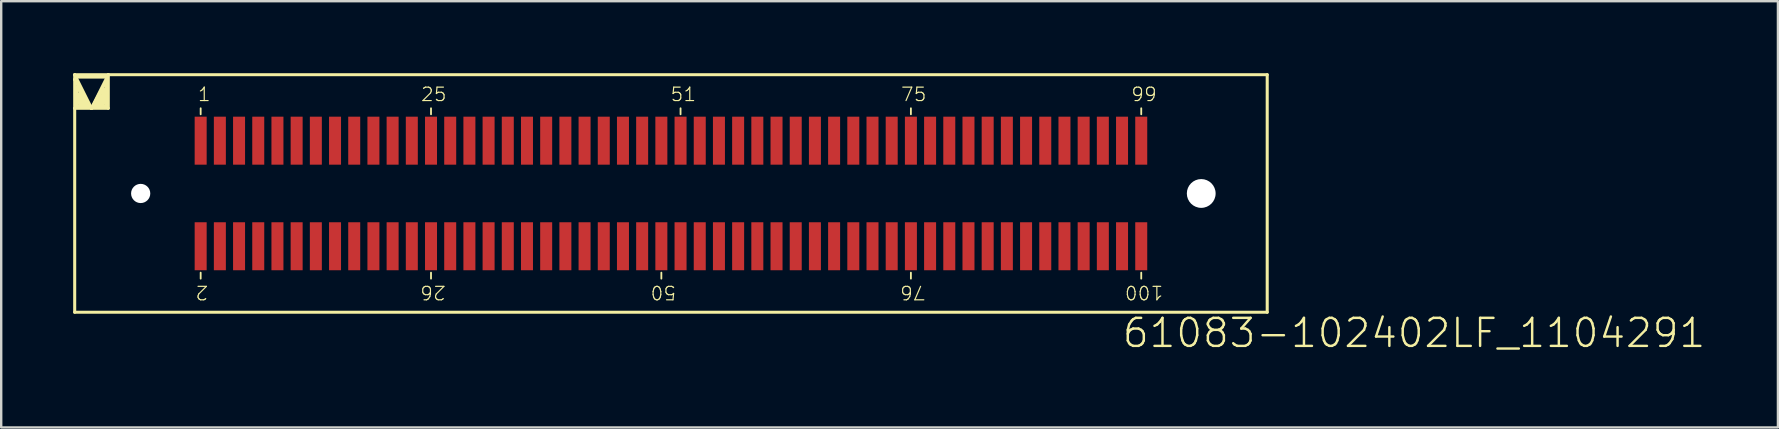
<source format=kicad_pcb>
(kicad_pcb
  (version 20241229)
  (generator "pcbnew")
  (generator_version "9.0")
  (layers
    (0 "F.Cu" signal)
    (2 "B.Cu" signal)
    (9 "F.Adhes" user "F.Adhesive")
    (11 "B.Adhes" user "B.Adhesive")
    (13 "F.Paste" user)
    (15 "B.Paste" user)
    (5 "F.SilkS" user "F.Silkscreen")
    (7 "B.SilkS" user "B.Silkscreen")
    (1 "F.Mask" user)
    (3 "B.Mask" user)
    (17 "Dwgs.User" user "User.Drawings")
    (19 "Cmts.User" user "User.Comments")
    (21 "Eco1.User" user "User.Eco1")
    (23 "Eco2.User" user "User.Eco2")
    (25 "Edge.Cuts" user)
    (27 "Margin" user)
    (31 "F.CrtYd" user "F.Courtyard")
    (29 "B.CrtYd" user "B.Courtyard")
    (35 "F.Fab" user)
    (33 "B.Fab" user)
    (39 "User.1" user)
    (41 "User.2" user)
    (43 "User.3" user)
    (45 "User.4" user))
  (footprint "61083-102402LF_1104291"
    (layer "F.Cu")
    (at 2.813 5.013)
    (property "Reference" "61083-102402LF_1104291" (at 40.85 6.5 0) (unlocked yes) (layer "F.SilkS") (effects (font (size 1.168 1.168) (thickness 0.102)) (justify left bottom)))
    (fp_line (start -2.75 -4.95) (end -2.75 -4.75) (stroke (width 0.127) (type solid)) (layer "F.SilkS"))
    (fp_line (start -2.75 -4.95) (end -1.35 -4.95) (stroke (width 0.127) (type solid)) (layer "F.SilkS"))
    (fp_line (start -2.75 -4.75) (end -2.75 -3.55) (stroke (width 0.127) (type solid)) (layer "F.SilkS"))
    (fp_line (start -2.75 -4.75) (end -2.15 -3.65) (stroke (width 0.127) (type solid)) (layer "F.SilkS"))
    (fp_line (start -2.75 -3.55) (end -2.75 4.95) (stroke (width 0.127) (type solid)) (layer "F.SilkS"))
    (fp_line (start -2.75 -3.55) (end -2.05 -3.55) (stroke (width 0.127) (type solid)) (layer "F.SilkS"))
    (fp_line (start -2.75 4.95) (end 46.95 4.95) (stroke (width 0.127) (type solid)) (layer "F.SilkS"))
    (fp_line (start -2.65 -4.85) (end -1.45 -4.85) (stroke (width 0.127) (type solid)) (layer "F.SilkS"))
    (fp_line (start -2.65 -4.45) (end -2.25 -3.75) (stroke (width 0.127) (type solid)) (layer "F.SilkS"))
    (fp_line (start -2.65 -3.65) (end -2.65 -4.45) (stroke (width 0.127) (type solid)) (layer "F.SilkS"))
    (fp_line (start -2.55 -4.15) (end -2.35 -3.85) (stroke (width 0.127) (type solid)) (layer "F.SilkS"))
    (fp_line (start -2.55 -3.75) (end -2.55 -4.15) (stroke (width 0.127) (type solid)) (layer "F.SilkS"))
    (fp_line (start -2.45 -3.95) (end -2.05 -3.55) (stroke (width 0.127) (type solid)) (layer "F.SilkS"))
    (fp_line (start -2.45 -3.85) (end -2.45 -3.95) (stroke (width 0.127) (type solid)) (layer "F.SilkS"))
    (fp_line (start -2.35 -3.85) (end -2.45 -3.85) (stroke (width 0.127) (type solid)) (layer "F.SilkS"))
    (fp_line (start -2.25 -3.75) (end -2.55 -3.75) (stroke (width 0.127) (type solid)) (layer "F.SilkS"))
    (fp_line (start -2.15 -3.65) (end -2.65 -3.65) (stroke (width 0.127) (type solid)) (layer "F.SilkS"))
    (fp_line (start -2.05 -3.55) (end -2.75 -4.95) (stroke (width 0.127) (type solid)) (layer "F.SilkS"))
    (fp_line (start -2.05 -3.55) (end -1.45 -4.65) (stroke (width 0.127) (type solid)) (layer "F.SilkS"))
    (fp_line (start -2.05 -3.55) (end -1.35 -3.55) (stroke (width 0.127) (type solid)) (layer "F.SilkS"))
    (fp_line (start -1.95 -3.65) (end -1.55 -4.35) (stroke (width 0.127) (type solid)) (layer "F.SilkS"))
    (fp_line (start -1.85 -3.75) (end -1.65 -4.05) (stroke (width 0.127) (type solid)) (layer "F.SilkS"))
    (fp_line (start -1.65 -4.05) (end -1.65 -3.85) (stroke (width 0.127) (type solid)) (layer "F.SilkS"))
    (fp_line (start -1.65 -3.85) (end -1.75 -3.85) (stroke (width 0.127) (type solid)) (layer "F.SilkS"))
    (fp_line (start -1.65 -3.75) (end -1.85 -3.75) (stroke (width 0.127) (type solid)) (layer "F.SilkS"))
    (fp_line (start -1.65 -3.75) (end -1.65 -3.85) (stroke (width 0.127) (type solid)) (layer "F.SilkS"))
    (fp_line (start -1.55 -4.35) (end -1.55 -3.75) (stroke (width 0.127) (type solid)) (layer "F.SilkS"))
    (fp_line (start -1.55 -3.75) (end -1.65 -3.75) (stroke (width 0.127) (type solid)) (layer "F.SilkS"))
    (fp_line (start -1.45 -4.65) (end -1.45 -3.65) (stroke (width 0.127) (type solid)) (layer "F.SilkS"))
    (fp_line (start -1.45 -3.65) (end -1.95 -3.65) (stroke (width 0.127) (type solid)) (layer "F.SilkS"))
    (fp_line (start -1.35 -4.95) (end -2.05 -3.55) (stroke (width 0.127) (type solid)) (layer "F.SilkS"))
    (fp_line (start -1.35 -3.55) (end -1.35 -4.95) (stroke (width 0.127) (type solid)) (layer "F.SilkS"))
    (fp_line (start 2.5 -3.3) (end 2.5 -3.55) (stroke (width 0.076) (type solid)) (layer "F.SilkS"))
    (fp_line (start 2.5 3.55) (end 2.5 3.3) (stroke (width 0.076) (type solid)) (layer "F.SilkS"))
    (fp_line (start 12.1 -3.3) (end 12.1 -3.55) (stroke (width 0.076) (type solid)) (layer "F.SilkS"))
    (fp_line (start 12.1 3.55) (end 12.1 3.3) (stroke (width 0.076) (type solid)) (layer "F.SilkS"))
    (fp_line (start 21.7 3.55) (end 21.7 3.3) (stroke (width 0.076) (type solid)) (layer "F.SilkS"))
    (fp_line (start 22.5 -3.3) (end 22.5 -3.55) (stroke (width 0.076) (type solid)) (layer "F.SilkS"))
    (fp_line (start 32.1 -3.3) (end 32.1 -3.55) (stroke (width 0.076) (type solid)) (layer "F.SilkS"))
    (fp_line (start 32.1 3.55) (end 32.1 3.3) (stroke (width 0.076) (type solid)) (layer "F.SilkS"))
    (fp_line (start 41.7 -3.3) (end 41.7 -3.55) (stroke (width 0.076) (type solid)) (layer "F.SilkS"))
    (fp_line (start 41.7 3.55) (end 41.7 3.3) (stroke (width 0.076) (type solid)) (layer "F.SilkS"))
    (fp_line (start 46.95 -4.95) (end -1.35 -4.95) (stroke (width 0.127) (type solid)) (layer "F.SilkS"))
    (fp_line (start 46.95 4.95) (end 46.95 -4.95) (stroke (width 0.127) (type solid)) (layer "F.SilkS"))
    (fp_text user "100" (at 42.65 3.8 180) (unlocked yes) (layer "F.SilkS") (effects (font (size 0.561 0.561) (thickness 0.049)) (justify left bottom)))
    (fp_text user "1" (at 2.35 -3.8 0) (unlocked yes) (layer "F.SilkS") (effects (font (size 0.561 0.561) (thickness 0.049)) (justify left bottom)))
    (fp_text user "2" (at 2.85 3.8 180) (unlocked yes) (layer "F.SilkS") (effects (font (size 0.561 0.561) (thickness 0.049)) (justify left bottom)))
    (fp_text user "99" (at 41.25 -3.8 0) (unlocked yes) (layer "F.SilkS") (effects (font (size 0.561 0.561) (thickness 0.049)) (justify left bottom)))
    (fp_text user "76" (at 32.75 3.8 180) (unlocked yes) (layer "F.SilkS") (effects (font (size 0.561 0.561) (thickness 0.049)) (justify left bottom)))
    (fp_text user "25" (at 11.65 -3.8 0) (unlocked yes) (layer "F.SilkS") (effects (font (size 0.561 0.561) (thickness 0.049)) (justify left bottom)))
    (fp_text user "26" (at 12.75 3.8 180) (unlocked yes) (layer "F.SilkS") (effects (font (size 0.561 0.561) (thickness 0.049)) (justify left bottom)))
    (fp_text user "75" (at 31.65 -3.8 0) (unlocked yes) (layer "F.SilkS") (effects (font (size 0.561 0.561) (thickness 0.049)) (justify left bottom)))
    (fp_text user "50" (at 22.35 3.8 180) (unlocked yes) (layer "F.SilkS") (effects (font (size 0.561 0.561) (thickness 0.049)) (justify left bottom)))
    (fp_text user "51" (at 22.05 -3.8 0) (unlocked yes) (layer "F.SilkS") (effects (font (size 0.561 0.561) (thickness 0.049)) (justify left bottom)))
    (pad "" np_thru_hole circle (at 0 0) (size 0.8 0.8) (drill 0.8) (layers "*.Cu" "*.Mask"))
    (pad "" np_thru_hole circle (at 44.2 0) (size 1.2 1.2) (drill 1.2) (layers "*.Cu" "*.Mask"))
    (pad "1" smd rect (at 2.5 -2.2 90) (size 2 0.5) (layers "F.Cu" "F.Mask" "F.Paste"))
    (pad "2" smd rect (at 2.5 2.2 90) (size 2 0.5) (layers "F.Cu" "F.Mask" "F.Paste"))
    (pad "3" smd rect (at 3.3 -2.2 90) (size 2 0.5) (layers "F.Cu" "F.Mask" "F.Paste"))
    (pad "4" smd rect (at 3.3 2.2 90) (size 2 0.5) (layers "F.Cu" "F.Mask" "F.Paste"))
    (pad "5" smd rect (at 4.1 -2.2 90) (size 2 0.5) (layers "F.Cu" "F.Mask" "F.Paste"))
    (pad "6" smd rect (at 4.1 2.2 90) (size 2 0.5) (layers "F.Cu" "F.Mask" "F.Paste"))
    (pad "7" smd rect (at 4.9 -2.2 90) (size 2 0.5) (layers "F.Cu" "F.Mask" "F.Paste"))
    (pad "8" smd rect (at 4.9 2.2 90) (size 2 0.5) (layers "F.Cu" "F.Mask" "F.Paste"))
    (pad "9" smd rect (at 5.7 -2.2 90) (size 2 0.5) (layers "F.Cu" "F.Mask" "F.Paste"))
    (pad "10" smd rect (at 5.7 2.2 90) (size 2 0.5) (layers "F.Cu" "F.Mask" "F.Paste"))
    (pad "11" smd rect (at 6.5 -2.2 90) (size 2 0.5) (layers "F.Cu" "F.Mask" "F.Paste"))
    (pad "12" smd rect (at 6.5 2.2 90) (size 2 0.5) (layers "F.Cu" "F.Mask" "F.Paste"))
    (pad "13" smd rect (at 7.3 -2.2 90) (size 2 0.5) (layers "F.Cu" "F.Mask" "F.Paste"))
    (pad "14" smd rect (at 7.3 2.2 90) (size 2 0.5) (layers "F.Cu" "F.Mask" "F.Paste"))
    (pad "15" smd rect (at 8.1 -2.2 90) (size 2 0.5) (layers "F.Cu" "F.Mask" "F.Paste"))
    (pad "16" smd rect (at 8.1 2.2 90) (size 2 0.5) (layers "F.Cu" "F.Mask" "F.Paste"))
    (pad "17" smd rect (at 8.9 -2.2 90) (size 2 0.5) (layers "F.Cu" "F.Mask" "F.Paste"))
    (pad "18" smd rect (at 8.9 2.2 90) (size 2 0.5) (layers "F.Cu" "F.Mask" "F.Paste"))
    (pad "19" smd rect (at 9.7 -2.2 90) (size 2 0.5) (layers "F.Cu" "F.Mask" "F.Paste"))
    (pad "20" smd rect (at 9.7 2.2 90) (size 2 0.5) (layers "F.Cu" "F.Mask" "F.Paste"))
    (pad "21" smd rect (at 10.5 -2.2 90) (size 2 0.5) (layers "F.Cu" "F.Mask" "F.Paste"))
    (pad "22" smd rect (at 10.5 2.2 90) (size 2 0.5) (layers "F.Cu" "F.Mask" "F.Paste"))
    (pad "23" smd rect (at 11.3 -2.2 90) (size 2 0.5) (layers "F.Cu" "F.Mask" "F.Paste"))
    (pad "24" smd rect (at 11.3 2.2 90) (size 2 0.5) (layers "F.Cu" "F.Mask" "F.Paste"))
    (pad "25" smd rect (at 12.1 -2.2 90) (size 2 0.5) (layers "F.Cu" "F.Mask" "F.Paste"))
    (pad "26" smd rect (at 12.1 2.2 90) (size 2 0.5) (layers "F.Cu" "F.Mask" "F.Paste"))
    (pad "27" smd rect (at 12.9 -2.2 90) (size 2 0.5) (layers "F.Cu" "F.Mask" "F.Paste"))
    (pad "28" smd rect (at 12.9 2.2 90) (size 2 0.5) (layers "F.Cu" "F.Mask" "F.Paste"))
    (pad "29" smd rect (at 13.7 -2.2 90) (size 2 0.5) (layers "F.Cu" "F.Mask" "F.Paste"))
    (pad "30" smd rect (at 13.7 2.2 90) (size 2 0.5) (layers "F.Cu" "F.Mask" "F.Paste"))
    (pad "31" smd rect (at 14.5 -2.2 90) (size 2 0.5) (layers "F.Cu" "F.Mask" "F.Paste"))
    (pad "32" smd rect (at 14.5 2.2 90) (size 2 0.5) (layers "F.Cu" "F.Mask" "F.Paste"))
    (pad "33" smd rect (at 15.3 -2.2 90) (size 2 0.5) (layers "F.Cu" "F.Mask" "F.Paste"))
    (pad "34" smd rect (at 15.3 2.2 90) (size 2 0.5) (layers "F.Cu" "F.Mask" "F.Paste"))
    (pad "35" smd rect (at 16.1 -2.2 90) (size 2 0.5) (layers "F.Cu" "F.Mask" "F.Paste"))
    (pad "36" smd rect (at 16.1 2.2 90) (size 2 0.5) (layers "F.Cu" "F.Mask" "F.Paste"))
    (pad "37" smd rect (at 16.9 -2.2 90) (size 2 0.5) (layers "F.Cu" "F.Mask" "F.Paste"))
    (pad "38" smd rect (at 16.9 2.2 90) (size 2 0.5) (layers "F.Cu" "F.Mask" "F.Paste"))
    (pad "39" smd rect (at 17.7 -2.2 90) (size 2 0.5) (layers "F.Cu" "F.Mask" "F.Paste"))
    (pad "40" smd rect (at 17.7 2.2 90) (size 2 0.5) (layers "F.Cu" "F.Mask" "F.Paste"))
    (pad "41" smd rect (at 18.5 -2.2 90) (size 2 0.5) (layers "F.Cu" "F.Mask" "F.Paste"))
    (pad "42" smd rect (at 18.5 2.2 90) (size 2 0.5) (layers "F.Cu" "F.Mask" "F.Paste"))
    (pad "43" smd rect (at 19.3 -2.2 90) (size 2 0.5) (layers "F.Cu" "F.Mask" "F.Paste"))
    (pad "44" smd rect (at 19.3 2.2 90) (size 2 0.5) (layers "F.Cu" "F.Mask" "F.Paste"))
    (pad "45" smd rect (at 20.1 -2.2 90) (size 2 0.5) (layers "F.Cu" "F.Mask" "F.Paste"))
    (pad "46" smd rect (at 20.1 2.2 90) (size 2 0.5) (layers "F.Cu" "F.Mask" "F.Paste"))
    (pad "47" smd rect (at 20.9 -2.2 90) (size 2 0.5) (layers "F.Cu" "F.Mask" "F.Paste"))
    (pad "48" smd rect (at 20.9 2.2 90) (size 2 0.5) (layers "F.Cu" "F.Mask" "F.Paste"))
    (pad "49" smd rect (at 21.7 -2.2 90) (size 2 0.5) (layers "F.Cu" "F.Mask" "F.Paste"))
    (pad "50" smd rect (at 21.7 2.2 90) (size 2 0.5) (layers "F.Cu" "F.Mask" "F.Paste"))
    (pad "51" smd rect (at 22.5 -2.2 90) (size 2 0.5) (layers "F.Cu" "F.Mask" "F.Paste"))
    (pad "52" smd rect (at 22.5 2.2 90) (size 2 0.5) (layers "F.Cu" "F.Mask" "F.Paste"))
    (pad "53" smd rect (at 23.3 -2.2 90) (size 2 0.5) (layers "F.Cu" "F.Mask" "F.Paste"))
    (pad "54" smd rect (at 23.3 2.2 90) (size 2 0.5) (layers "F.Cu" "F.Mask" "F.Paste"))
    (pad "55" smd rect (at 24.1 -2.2 90) (size 2 0.5) (layers "F.Cu" "F.Mask" "F.Paste"))
    (pad "56" smd rect (at 24.1 2.2 90) (size 2 0.5) (layers "F.Cu" "F.Mask" "F.Paste"))
    (pad "57" smd rect (at 24.9 -2.2 90) (size 2 0.5) (layers "F.Cu" "F.Mask" "F.Paste"))
    (pad "58" smd rect (at 24.9 2.2 90) (size 2 0.5) (layers "F.Cu" "F.Mask" "F.Paste"))
    (pad "59" smd rect (at 25.7 -2.2 90) (size 2 0.5) (layers "F.Cu" "F.Mask" "F.Paste"))
    (pad "60" smd rect (at 25.7 2.2 90) (size 2 0.5) (layers "F.Cu" "F.Mask" "F.Paste"))
    (pad "61" smd rect (at 26.5 -2.2 90) (size 2 0.5) (layers "F.Cu" "F.Mask" "F.Paste"))
    (pad "62" smd rect (at 26.5 2.2 90) (size 2 0.5) (layers "F.Cu" "F.Mask" "F.Paste"))
    (pad "63" smd rect (at 27.3 -2.2 90) (size 2 0.5) (layers "F.Cu" "F.Mask" "F.Paste"))
    (pad "64" smd rect (at 27.3 2.2 90) (size 2 0.5) (layers "F.Cu" "F.Mask" "F.Paste"))
    (pad "65" smd rect (at 28.1 -2.2 90) (size 2 0.5) (layers "F.Cu" "F.Mask" "F.Paste"))
    (pad "66" smd rect (at 28.1 2.2 90) (size 2 0.5) (layers "F.Cu" "F.Mask" "F.Paste"))
    (pad "67" smd rect (at 28.9 -2.2 90) (size 2 0.5) (layers "F.Cu" "F.Mask" "F.Paste"))
    (pad "68" smd rect (at 28.9 2.2 90) (size 2 0.5) (layers "F.Cu" "F.Mask" "F.Paste"))
    (pad "69" smd rect (at 29.7 -2.2 90) (size 2 0.5) (layers "F.Cu" "F.Mask" "F.Paste"))
    (pad "70" smd rect (at 29.7 2.2 90) (size 2 0.5) (layers "F.Cu" "F.Mask" "F.Paste"))
    (pad "71" smd rect (at 30.5 -2.2 90) (size 2 0.5) (layers "F.Cu" "F.Mask" "F.Paste"))
    (pad "72" smd rect (at 30.5 2.2 90) (size 2 0.5) (layers "F.Cu" "F.Mask" "F.Paste"))
    (pad "73" smd rect (at 31.3 -2.2 90) (size 2 0.5) (layers "F.Cu" "F.Mask" "F.Paste"))
    (pad "74" smd rect (at 31.3 2.2 90) (size 2 0.5) (layers "F.Cu" "F.Mask" "F.Paste"))
    (pad "75" smd rect (at 32.1 -2.2 90) (size 2 0.5) (layers "F.Cu" "F.Mask" "F.Paste"))
    (pad "76" smd rect (at 32.1 2.2 90) (size 2 0.5) (layers "F.Cu" "F.Mask" "F.Paste"))
    (pad "77" smd rect (at 32.9 -2.2 90) (size 2 0.5) (layers "F.Cu" "F.Mask" "F.Paste"))
    (pad "78" smd rect (at 32.9 2.2 90) (size 2 0.5) (layers "F.Cu" "F.Mask" "F.Paste"))
    (pad "79" smd rect (at 33.7 -2.2 90) (size 2 0.5) (layers "F.Cu" "F.Mask" "F.Paste"))
    (pad "80" smd rect (at 33.7 2.2 90) (size 2 0.5) (layers "F.Cu" "F.Mask" "F.Paste"))
    (pad "81" smd rect (at 34.5 -2.2 90) (size 2 0.5) (layers "F.Cu" "F.Mask" "F.Paste"))
    (pad "82" smd rect (at 34.5 2.2 90) (size 2 0.5) (layers "F.Cu" "F.Mask" "F.Paste"))
    (pad "83" smd rect (at 35.3 -2.2 90) (size 2 0.5) (layers "F.Cu" "F.Mask" "F.Paste"))
    (pad "84" smd rect (at 35.3 2.2 90) (size 2 0.5) (layers "F.Cu" "F.Mask" "F.Paste"))
    (pad "85" smd rect (at 36.1 -2.2 90) (size 2 0.5) (layers "F.Cu" "F.Mask" "F.Paste"))
    (pad "86" smd rect (at 36.1 2.2 90) (size 2 0.5) (layers "F.Cu" "F.Mask" "F.Paste"))
    (pad "87" smd rect (at 36.9 -2.2 90) (size 2 0.5) (layers "F.Cu" "F.Mask" "F.Paste"))
    (pad "88" smd rect (at 36.9 2.2 90) (size 2 0.5) (layers "F.Cu" "F.Mask" "F.Paste"))
    (pad "89" smd rect (at 37.7 -2.2 90) (size 2 0.5) (layers "F.Cu" "F.Mask" "F.Paste"))
    (pad "90" smd rect (at 37.7 2.2 90) (size 2 0.5) (layers "F.Cu" "F.Mask" "F.Paste"))
    (pad "91" smd rect (at 38.5 -2.2 90) (size 2 0.5) (layers "F.Cu" "F.Mask" "F.Paste"))
    (pad "92" smd rect (at 38.5 2.2 90) (size 2 0.5) (layers "F.Cu" "F.Mask" "F.Paste"))
    (pad "93" smd rect (at 39.3 -2.2 90) (size 2 0.5) (layers "F.Cu" "F.Mask" "F.Paste"))
    (pad "94" smd rect (at 39.3 2.2 90) (size 2 0.5) (layers "F.Cu" "F.Mask" "F.Paste"))
    (pad "95" smd rect (at 40.1 -2.2 90) (size 2 0.5) (layers "F.Cu" "F.Mask" "F.Paste"))
    (pad "96" smd rect (at 40.1 2.2 90) (size 2 0.5) (layers "F.Cu" "F.Mask" "F.Paste"))
    (pad "97" smd rect (at 40.9 -2.2 90) (size 2 0.5) (layers "F.Cu" "F.Mask" "F.Paste"))
    (pad "98" smd rect (at 40.9 2.2 90) (size 2 0.5) (layers "F.Cu" "F.Mask" "F.Paste"))
    (pad "99" smd rect (at 41.7 -2.2 90) (size 2 0.5) (layers "F.Cu" "F.Mask" "F.Paste"))
    (pad "100" smd rect (at 41.7 2.2 90) (size 2 0.5) (layers "F.Cu" "F.Mask" "F.Paste")))
  (gr_rect
    (start -3 -3)
    (end 71.048 14.764)
    (stroke (width 0.1) (type default))
    (fill no)
    (layer "Edge.Cuts")))
</source>
